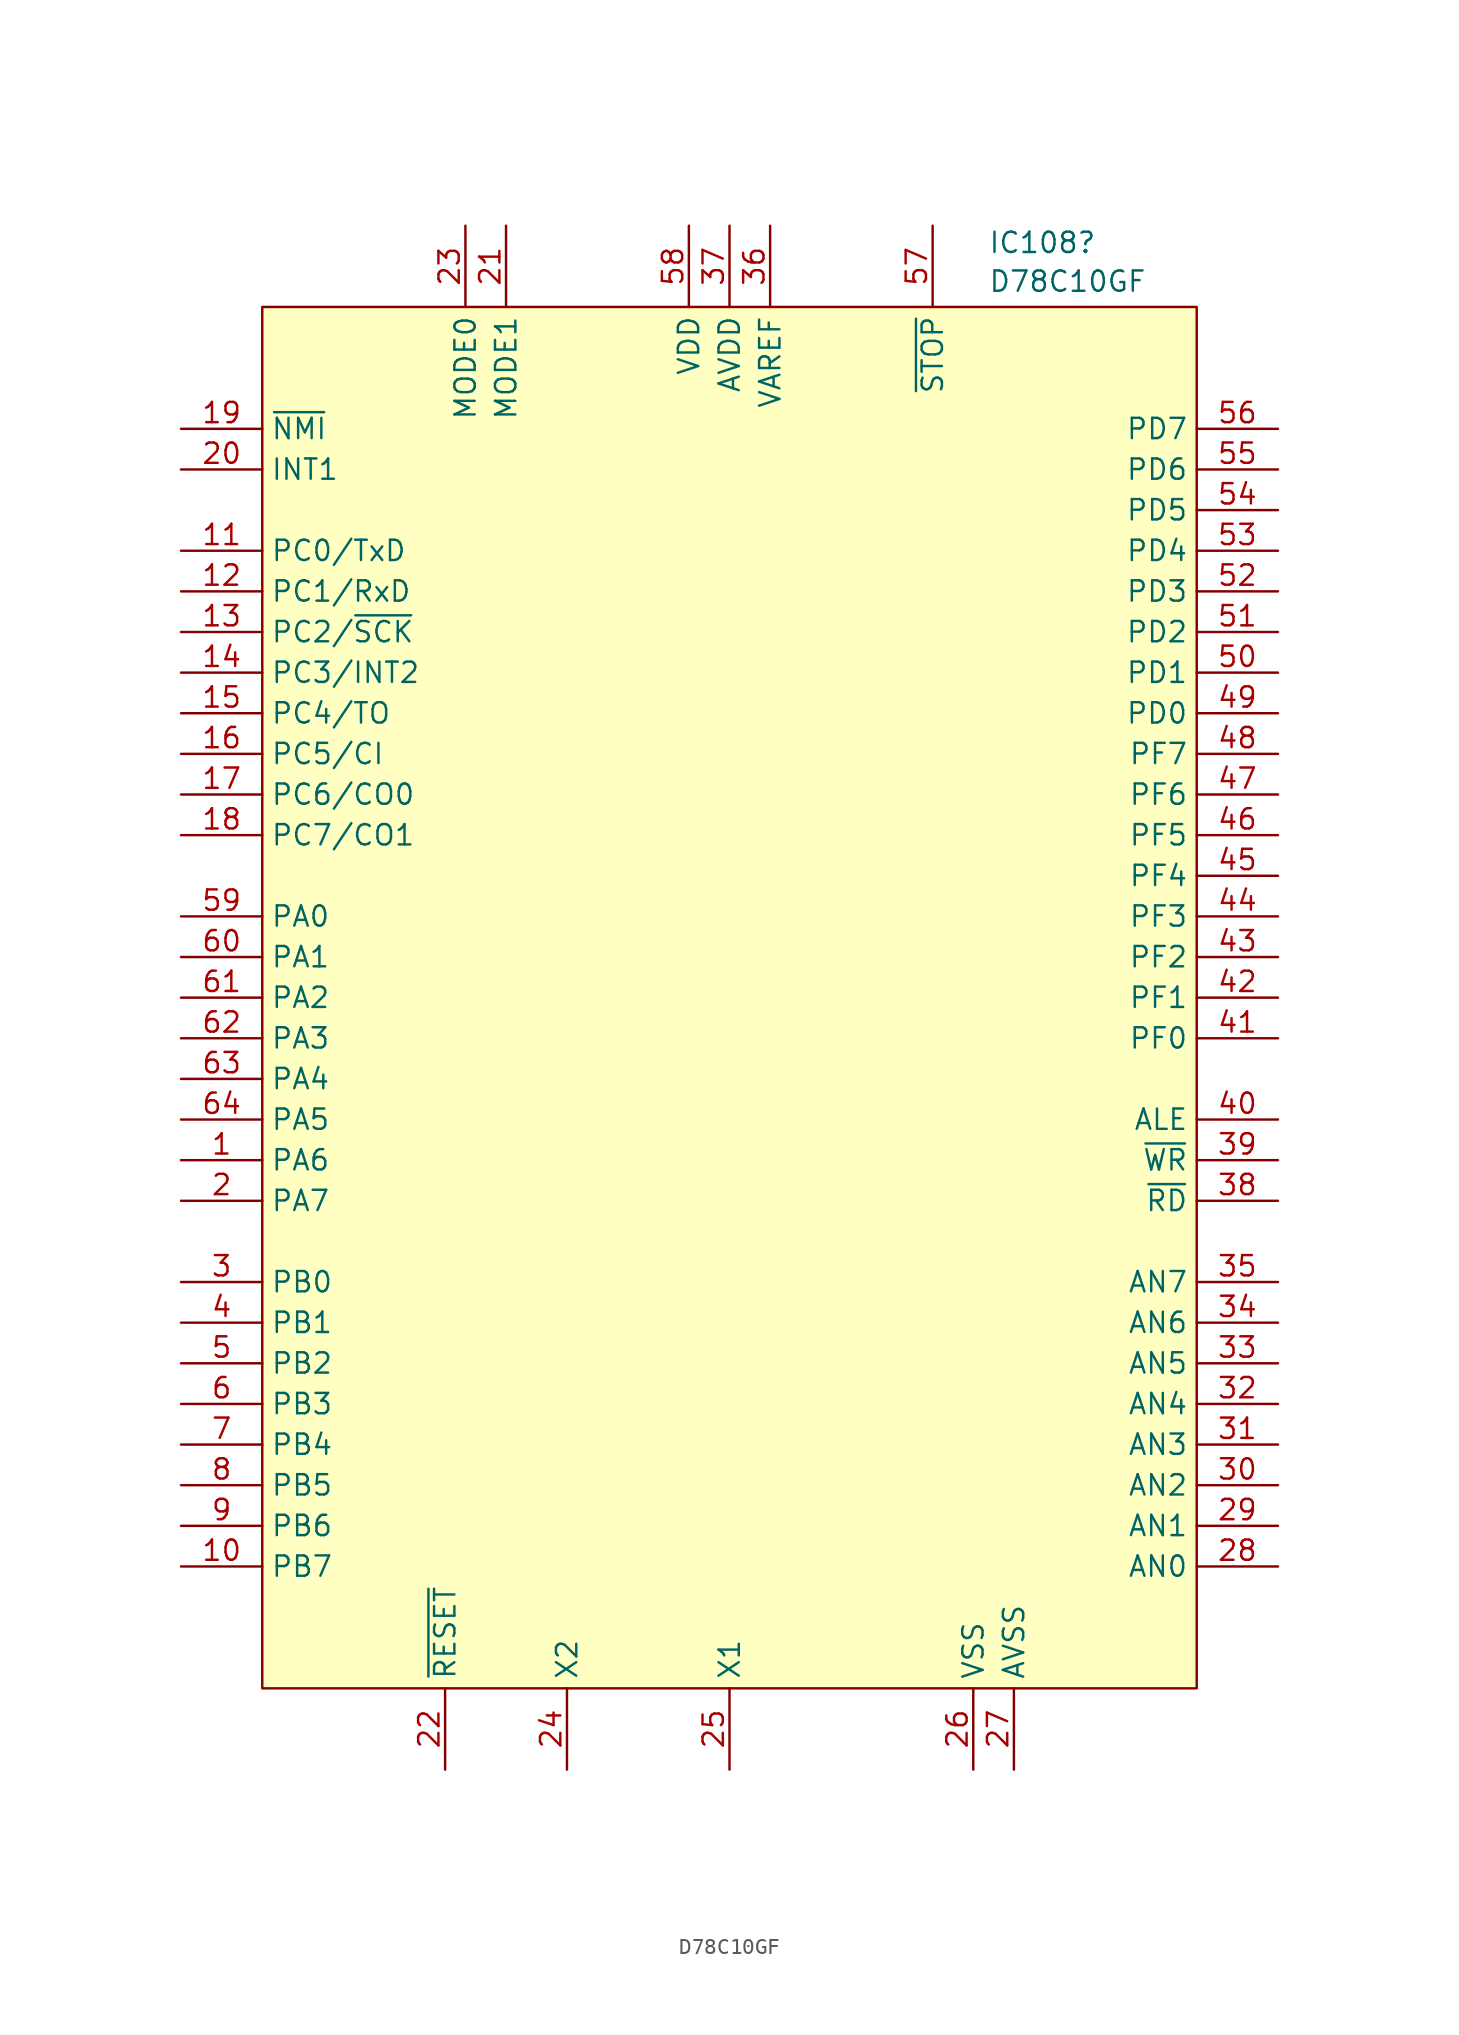
<source format=kicad_sym>
(kicad_symbol_lib
  (version 20231120)
  (generator "kicad_symbol_editor")
  (generator_version "8.0")
  (symbol "D78C10GF"
    (property "Reference" "IC108"
      (at 16.164 44.657 0)
      (effects (font (size 1.27 1.27)) (justify left)))
    (property "Value" "D78C10GF"
      (at 16.164 42.233 0)
      (effects (font (size 1.27 1.27)) (justify left)))
    (symbol "D78C10GF_1_1"
      (rectangle (start -29.21 40.64) (end 29.21 -45.72) (stroke (width 0) (type default)) (fill (type background)))
      (pin passive line (at -34.29 -12.7 0) (length 5.08) (name "PA6" (effects (font (size 1.27 1.27)))) (number "1" (effects (font (size 1.27 1.27)))))
      (pin passive line (at -34.29 -38.1 0) (length 5.08) (name "PB7" (effects (font (size 1.27 1.27)))) (number "10" (effects (font (size 1.27 1.27)))))
      (pin passive line (at -34.29 25.4 0) (length 5.08) (name "PC0/TxD" (effects (font (size 1.27 1.27)))) (number "11" (effects (font (size 1.27 1.27)))))
      (pin passive line (at -34.29 22.86 0) (length 5.08) (name "PC1/RxD" (effects (font (size 1.27 1.27)))) (number "12" (effects (font (size 1.27 1.27)))))
      (pin passive line (at -34.29 20.32 0) (length 5.08) (name "PC2/~{SCK}" (effects (font (size 1.27 1.27)))) (number "13" (effects (font (size 1.27 1.27)))))
      (pin passive line (at -34.29 17.78 0) (length 5.08) (name "PC3/INT2" (effects (font (size 1.27 1.27)))) (number "14" (effects (font (size 1.27 1.27)))))
      (pin passive line (at -34.29 15.24 0) (length 5.08) (name "PC4/TO" (effects (font (size 1.27 1.27)))) (number "15" (effects (font (size 1.27 1.27)))))
      (pin passive line (at -34.29 12.7 0) (length 5.08) (name "PC5/CI" (effects (font (size 1.27 1.27)))) (number "16" (effects (font (size 1.27 1.27)))))
      (pin passive line (at -34.29 10.16 0) (length 5.08) (name "PC6/CO0" (effects (font (size 1.27 1.27)))) (number "17" (effects (font (size 1.27 1.27)))))
      (pin passive line (at -34.29 7.62 0) (length 5.08) (name "PC7/CO1" (effects (font (size 1.27 1.27)))) (number "18" (effects (font (size 1.27 1.27)))))
      (pin passive line (at -34.29 33.02 0) (length 5.08) (name "~{NMI}" (effects (font (size 1.27 1.27)))) (number "19" (effects (font (size 1.27 1.27)))))
      (pin passive line (at -34.29 -15.24 0) (length 5.08) (name "PA7" (effects (font (size 1.27 1.27)))) (number "2" (effects (font (size 1.27 1.27)))))
      (pin passive line (at -34.29 30.48 0) (length 5.08) (name "INT1" (effects (font (size 1.27 1.27)))) (number "20" (effects (font (size 1.27 1.27)))))
      (pin passive line (at -13.97 45.72 270) (length 5.08) (name "MODE1" (effects (font (size 1.27 1.27)))) (number "21" (effects (font (size 1.27 1.27)))))
      (pin passive line (at -17.78 -50.8 90) (length 5.08) (name "~{RESET}" (effects (font (size 1.27 1.27)))) (number "22" (effects (font (size 1.27 1.27)))))
      (pin passive line (at -16.51 45.72 270) (length 5.08) (name "MODE0" (effects (font (size 1.27 1.27)))) (number "23" (effects (font (size 1.27 1.27)))))
      (pin passive line (at -10.16 -50.8 90) (length 5.08) (name "X2" (effects (font (size 1.27 1.27)))) (number "24" (effects (font (size 1.27 1.27)))))
      (pin passive line (at 0 -50.8 90) (length 5.08) (name "X1" (effects (font (size 1.27 1.27)))) (number "25" (effects (font (size 1.27 1.27)))))
      (pin passive line (at 15.24 -50.8 90) (length 5.08) (name "VSS" (effects (font (size 1.27 1.27)))) (number "26" (effects (font (size 1.27 1.27)))))
      (pin passive line (at 17.78 -50.8 90) (length 5.08) (name "AVSS" (effects (font (size 1.27 1.27)))) (number "27" (effects (font (size 1.27 1.27)))))
      (pin passive line (at 34.29 -38.1 180) (length 5.08) (name "AN0" (effects (font (size 1.27 1.27)))) (number "28" (effects (font (size 1.27 1.27)))))
      (pin passive line (at 34.29 -35.56 180) (length 5.08) (name "AN1" (effects (font (size 1.27 1.27)))) (number "29" (effects (font (size 1.27 1.27)))))
      (pin passive line (at -34.29 -20.32 0) (length 5.08) (name "PB0" (effects (font (size 1.27 1.27)))) (number "3" (effects (font (size 1.27 1.27)))))
      (pin passive line (at 34.29 -33.02 180) (length 5.08) (name "AN2" (effects (font (size 1.27 1.27)))) (number "30" (effects (font (size 1.27 1.27)))))
      (pin passive line (at 34.29 -30.48 180) (length 5.08) (name "AN3" (effects (font (size 1.27 1.27)))) (number "31" (effects (font (size 1.27 1.27)))))
      (pin passive line (at 34.29 -27.94 180) (length 5.08) (name "AN4" (effects (font (size 1.27 1.27)))) (number "32" (effects (font (size 1.27 1.27)))))
      (pin passive line (at 34.29 -25.4 180) (length 5.08) (name "AN5" (effects (font (size 1.27 1.27)))) (number "33" (effects (font (size 1.27 1.27)))))
      (pin passive line (at 34.29 -22.86 180) (length 5.08) (name "AN6" (effects (font (size 1.27 1.27)))) (number "34" (effects (font (size 1.27 1.27)))))
      (pin passive line (at 34.29 -20.32 180) (length 5.08) (name "AN7" (effects (font (size 1.27 1.27)))) (number "35" (effects (font (size 1.27 1.27)))))
      (pin passive line (at 2.54 45.72 270) (length 5.08) (name "VAREF" (effects (font (size 1.27 1.27)))) (number "36" (effects (font (size 1.27 1.27)))))
      (pin passive line (at 0 45.72 270) (length 5.08) (name "AVDD" (effects (font (size 1.27 1.27)))) (number "37" (effects (font (size 1.27 1.27)))))
      (pin passive line (at 34.29 -15.24 180) (length 5.08) (name "~{RD}" (effects (font (size 1.27 1.27)))) (number "38" (effects (font (size 1.27 1.27)))))
      (pin passive line (at 34.29 -12.7 180) (length 5.08) (name "~{WR}" (effects (font (size 1.27 1.27)))) (number "39" (effects (font (size 1.27 1.27)))))
      (pin passive line (at -34.29 -22.86 0) (length 5.08) (name "PB1" (effects (font (size 1.27 1.27)))) (number "4" (effects (font (size 1.27 1.27)))))
      (pin passive line (at 34.29 -10.16 180) (length 5.08) (name "ALE" (effects (font (size 1.27 1.27)))) (number "40" (effects (font (size 1.27 1.27)))))
      (pin passive line (at 34.29 -5.08 180) (length 5.08) (name "PF0" (effects (font (size 1.27 1.27)))) (number "41" (effects (font (size 1.27 1.27)))))
      (pin passive line (at 34.29 -2.54 180) (length 5.08) (name "PF1" (effects (font (size 1.27 1.27)))) (number "42" (effects (font (size 1.27 1.27)))))
      (pin passive line (at 34.29 0 180) (length 5.08) (name "PF2" (effects (font (size 1.27 1.27)))) (number "43" (effects (font (size 1.27 1.27)))))
      (pin passive line (at 34.29 2.54 180) (length 5.08) (name "PF3" (effects (font (size 1.27 1.27)))) (number "44" (effects (font (size 1.27 1.27)))))
      (pin passive line (at 34.29 5.08 180) (length 5.08) (name "PF4" (effects (font (size 1.27 1.27)))) (number "45" (effects (font (size 1.27 1.27)))))
      (pin passive line (at 34.29 7.62 180) (length 5.08) (name "PF5" (effects (font (size 1.27 1.27)))) (number "46" (effects (font (size 1.27 1.27)))))
      (pin passive line (at 34.29 10.16 180) (length 5.08) (name "PF6" (effects (font (size 1.27 1.27)))) (number "47" (effects (font (size 1.27 1.27)))))
      (pin passive line (at 34.29 12.7 180) (length 5.08) (name "PF7" (effects (font (size 1.27 1.27)))) (number "48" (effects (font (size 1.27 1.27)))))
      (pin passive line (at 34.29 15.24 180) (length 5.08) (name "PD0" (effects (font (size 1.27 1.27)))) (number "49" (effects (font (size 1.27 1.27)))))
      (pin passive line (at -34.29 -25.4 0) (length 5.08) (name "PB2" (effects (font (size 1.27 1.27)))) (number "5" (effects (font (size 1.27 1.27)))))
      (pin passive line (at 34.29 17.78 180) (length 5.08) (name "PD1" (effects (font (size 1.27 1.27)))) (number "50" (effects (font (size 1.27 1.27)))))
      (pin passive line (at 34.29 20.32 180) (length 5.08) (name "PD2" (effects (font (size 1.27 1.27)))) (number "51" (effects (font (size 1.27 1.27)))))
      (pin passive line (at 34.29 22.86 180) (length 5.08) (name "PD3" (effects (font (size 1.27 1.27)))) (number "52" (effects (font (size 1.27 1.27)))))
      (pin passive line (at 34.29 25.4 180) (length 5.08) (name "PD4" (effects (font (size 1.27 1.27)))) (number "53" (effects (font (size 1.27 1.27)))))
      (pin passive line (at 34.29 27.94 180) (length 5.08) (name "PD5" (effects (font (size 1.27 1.27)))) (number "54" (effects (font (size 1.27 1.27)))))
      (pin passive line (at 34.29 30.48 180) (length 5.08) (name "PD6" (effects (font (size 1.27 1.27)))) (number "55" (effects (font (size 1.27 1.27)))))
      (pin passive line (at 34.29 33.02 180) (length 5.08) (name "PD7" (effects (font (size 1.27 1.27)))) (number "56" (effects (font (size 1.27 1.27)))))
      (pin passive line (at 12.7 45.72 270) (length 5.08) (name "~{STOP}" (effects (font (size 1.27 1.27)))) (number "57" (effects (font (size 1.27 1.27)))))
      (pin passive line (at -2.54 45.72 270) (length 5.08) (name "VDD" (effects (font (size 1.27 1.27)))) (number "58" (effects (font (size 1.27 1.27)))))
      (pin passive line (at -34.29 2.54 0) (length 5.08) (name "PA0" (effects (font (size 1.27 1.27)))) (number "59" (effects (font (size 1.27 1.27)))))
      (pin passive line (at -34.29 -27.94 0) (length 5.08) (name "PB3" (effects (font (size 1.27 1.27)))) (number "6" (effects (font (size 1.27 1.27)))))
      (pin passive line (at -34.29 0 0) (length 5.08) (name "PA1" (effects (font (size 1.27 1.27)))) (number "60" (effects (font (size 1.27 1.27)))))
      (pin passive line (at -34.29 -2.54 0) (length 5.08) (name "PA2" (effects (font (size 1.27 1.27)))) (number "61" (effects (font (size 1.27 1.27)))))
      (pin passive line (at -34.29 -5.08 0) (length 5.08) (name "PA3" (effects (font (size 1.27 1.27)))) (number "62" (effects (font (size 1.27 1.27)))))
      (pin passive line (at -34.29 -7.62 0) (length 5.08) (name "PA4" (effects (font (size 1.27 1.27)))) (number "63" (effects (font (size 1.27 1.27)))))
      (pin passive line (at -34.29 -10.16 0) (length 5.08) (name "PA5" (effects (font (size 1.27 1.27)))) (number "64" (effects (font (size 1.27 1.27)))))
      (pin passive line (at -34.29 -30.48 0) (length 5.08) (name "PB4" (effects (font (size 1.27 1.27)))) (number "7" (effects (font (size 1.27 1.27)))))
      (pin passive line (at -34.29 -33.02 0) (length 5.08) (name "PB5" (effects (font (size 1.27 1.27)))) (number "8" (effects (font (size 1.27 1.27)))))
      (pin passive line (at -34.29 -35.56 0) (length 5.08) (name "PB6" (effects (font (size 1.27 1.27)))) (number "9" (effects (font (size 1.27 1.27))))))))
</source>
